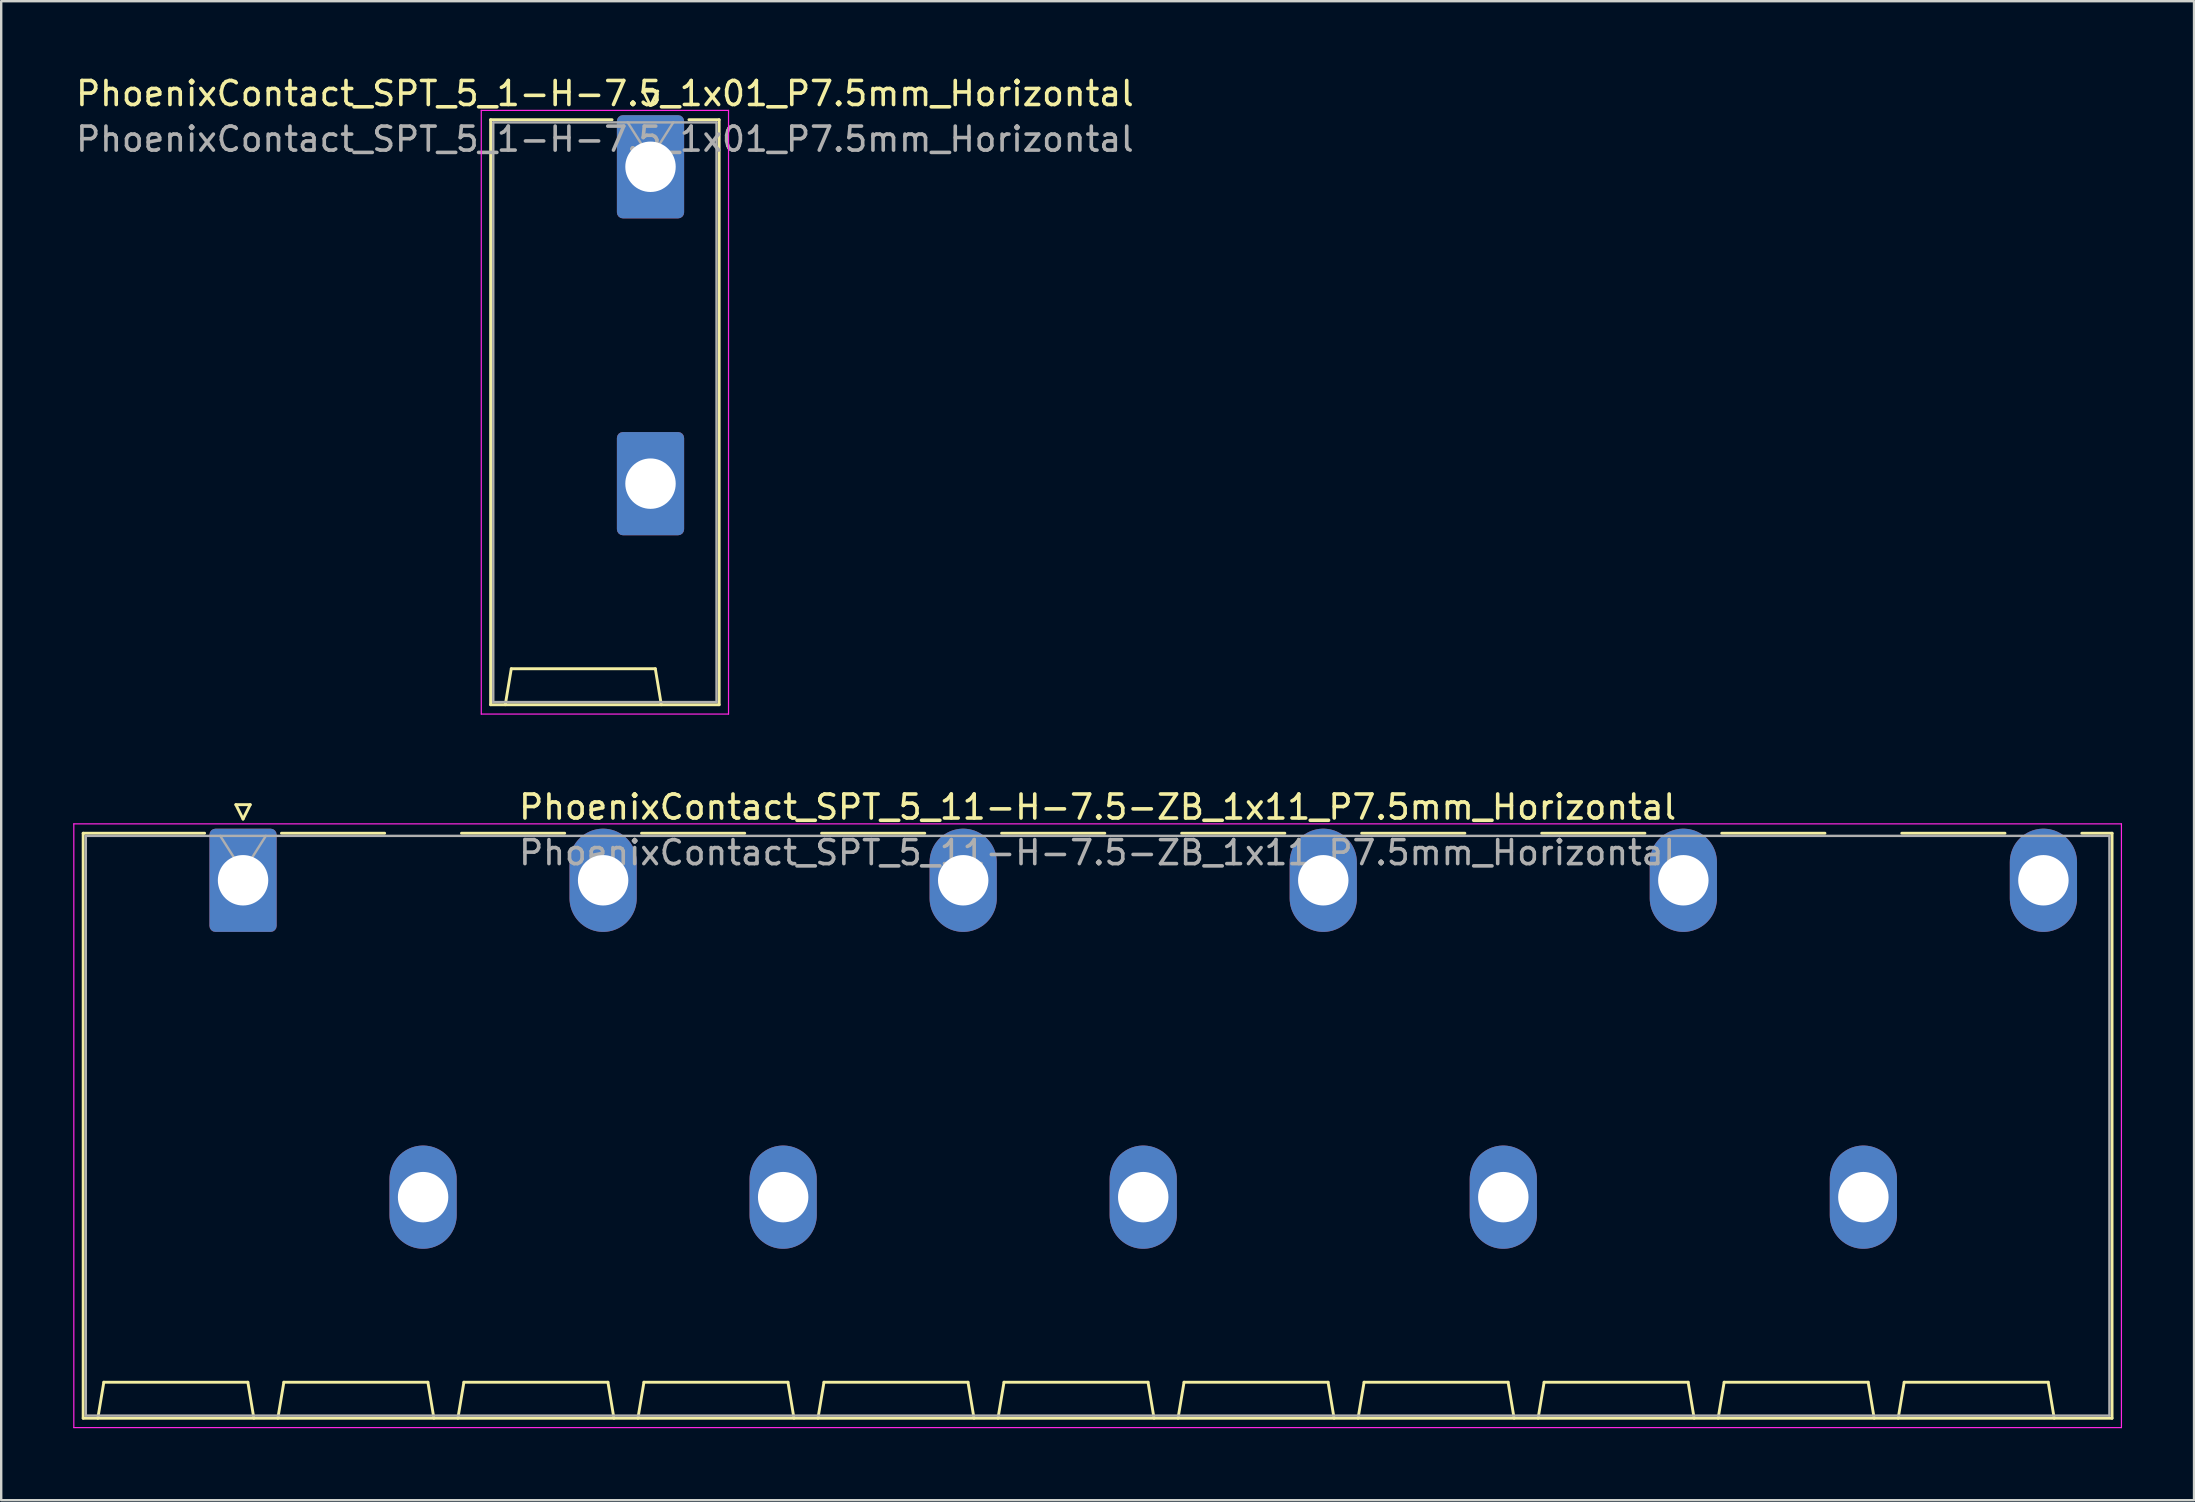
<source format=kicad_pcb>
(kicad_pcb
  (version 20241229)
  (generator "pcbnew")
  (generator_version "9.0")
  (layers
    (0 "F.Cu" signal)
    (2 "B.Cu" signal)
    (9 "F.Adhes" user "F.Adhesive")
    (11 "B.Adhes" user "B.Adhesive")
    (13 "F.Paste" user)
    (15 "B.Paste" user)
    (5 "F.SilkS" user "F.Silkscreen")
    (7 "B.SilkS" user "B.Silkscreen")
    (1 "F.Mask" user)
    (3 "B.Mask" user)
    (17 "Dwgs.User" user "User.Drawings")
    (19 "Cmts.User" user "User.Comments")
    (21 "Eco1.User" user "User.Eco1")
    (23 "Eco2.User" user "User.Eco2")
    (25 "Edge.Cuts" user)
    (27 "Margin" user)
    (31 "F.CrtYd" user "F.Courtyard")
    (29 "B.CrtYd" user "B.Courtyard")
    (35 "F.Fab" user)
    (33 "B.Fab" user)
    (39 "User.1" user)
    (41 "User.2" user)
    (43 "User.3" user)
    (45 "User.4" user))
  (footprint "PhoenixContact_SPT_5_11-H-7.5-ZB_1x11_P7.5mm_Horizontal"
    (layer "F.Cu")
    (at 7.075 33.621)
    (property "Reference" "PhoenixContact_SPT_5_11-H-7.5-ZB_1x11_P7.5mm_Horizontal" (at 35.6 -3.05 0) (layer "F.SilkS") (effects (font (size 1 1) (thickness 0.15))))
    (attr through_hole)
    (fp_line (start -6.66 -1.96) (end -1.6 -1.96) (stroke (width 0.12) (type solid)) (layer "F.SilkS"))
    (fp_line (start -6.66 22.41) (end -6.66 -1.96) (stroke (width 0.12) (type solid)) (layer "F.SilkS"))
    (fp_line (start -6.05 22.41) (end -5.8 20.91) (stroke (width 0.12) (type solid)) (layer "F.SilkS"))
    (fp_line (start -5.8 20.91) (end 0.2 20.91) (stroke (width 0.12) (type solid)) (layer "F.SilkS"))
    (fp_line (start -0.3 -3.15) (end 0 -2.55) (stroke (width 0.12) (type solid)) (layer "F.SilkS"))
    (fp_line (start -0.3 -3.15) (end 0.3 -3.15) (stroke (width 0.12) (type solid)) (layer "F.SilkS"))
    (fp_line (start 0.3 -3.15) (end 0 -2.55) (stroke (width 0.12) (type solid)) (layer "F.SilkS"))
    (fp_line (start 0.45 22.41) (end 0.2 20.91) (stroke (width 0.12) (type solid)) (layer "F.SilkS"))
    (fp_line (start 1.45 22.41) (end 1.7 20.91) (stroke (width 0.12) (type solid)) (layer "F.SilkS"))
    (fp_line (start 1.6 -1.96) (end 5.9 -1.96) (stroke (width 0.12) (type solid)) (layer "F.SilkS"))
    (fp_line (start 1.7 20.91) (end 7.7 20.91) (stroke (width 0.12) (type solid)) (layer "F.SilkS"))
    (fp_line (start 7.95 22.41) (end 7.7 20.91) (stroke (width 0.12) (type solid)) (layer "F.SilkS"))
    (fp_line (start 8.95 22.41) (end 9.2 20.91) (stroke (width 0.12) (type solid)) (layer "F.SilkS"))
    (fp_line (start 9.1 -1.96) (end 13.4 -1.96) (stroke (width 0.12) (type solid)) (layer "F.SilkS"))
    (fp_line (start 9.2 20.91) (end 15.2 20.91) (stroke (width 0.12) (type solid)) (layer "F.SilkS"))
    (fp_line (start 15.45 22.41) (end 15.2 20.91) (stroke (width 0.12) (type solid)) (layer "F.SilkS"))
    (fp_line (start 16.45 22.41) (end 16.7 20.91) (stroke (width 0.12) (type solid)) (layer "F.SilkS"))
    (fp_line (start 16.6 -1.96) (end 20.9 -1.96) (stroke (width 0.12) (type solid)) (layer "F.SilkS"))
    (fp_line (start 16.7 20.91) (end 22.7 20.91) (stroke (width 0.12) (type solid)) (layer "F.SilkS"))
    (fp_line (start 22.95 22.41) (end 22.7 20.91) (stroke (width 0.12) (type solid)) (layer "F.SilkS"))
    (fp_line (start 23.95 22.41) (end 24.2 20.91) (stroke (width 0.12) (type solid)) (layer "F.SilkS"))
    (fp_line (start 24.1 -1.96) (end 28.4 -1.96) (stroke (width 0.12) (type solid)) (layer "F.SilkS"))
    (fp_line (start 24.2 20.91) (end 30.2 20.91) (stroke (width 0.12) (type solid)) (layer "F.SilkS"))
    (fp_line (start 30.45 22.41) (end 30.2 20.91) (stroke (width 0.12) (type solid)) (layer "F.SilkS"))
    (fp_line (start 31.45 22.41) (end 31.7 20.91) (stroke (width 0.12) (type solid)) (layer "F.SilkS"))
    (fp_line (start 31.6 -1.96) (end 35.9 -1.96) (stroke (width 0.12) (type solid)) (layer "F.SilkS"))
    (fp_line (start 31.7 20.91) (end 37.7 20.91) (stroke (width 0.12) (type solid)) (layer "F.SilkS"))
    (fp_line (start 37.95 22.41) (end 37.7 20.91) (stroke (width 0.12) (type solid)) (layer "F.SilkS"))
    (fp_line (start 38.95 22.41) (end 39.2 20.91) (stroke (width 0.12) (type solid)) (layer "F.SilkS"))
    (fp_line (start 39.1 -1.96) (end 43.4 -1.96) (stroke (width 0.12) (type solid)) (layer "F.SilkS"))
    (fp_line (start 39.2 20.91) (end 45.2 20.91) (stroke (width 0.12) (type solid)) (layer "F.SilkS"))
    (fp_line (start 45.45 22.41) (end 45.2 20.91) (stroke (width 0.12) (type solid)) (layer "F.SilkS"))
    (fp_line (start 46.45 22.41) (end 46.7 20.91) (stroke (width 0.12) (type solid)) (layer "F.SilkS"))
    (fp_line (start 46.6 -1.96) (end 50.9 -1.96) (stroke (width 0.12) (type solid)) (layer "F.SilkS"))
    (fp_line (start 46.7 20.91) (end 52.7 20.91) (stroke (width 0.12) (type solid)) (layer "F.SilkS"))
    (fp_line (start 52.95 22.41) (end 52.7 20.91) (stroke (width 0.12) (type solid)) (layer "F.SilkS"))
    (fp_line (start 53.95 22.41) (end 54.2 20.91) (stroke (width 0.12) (type solid)) (layer "F.SilkS"))
    (fp_line (start 54.1 -1.96) (end 58.4 -1.96) (stroke (width 0.12) (type solid)) (layer "F.SilkS"))
    (fp_line (start 54.2 20.91) (end 60.2 20.91) (stroke (width 0.12) (type solid)) (layer "F.SilkS"))
    (fp_line (start 60.45 22.41) (end 60.2 20.91) (stroke (width 0.12) (type solid)) (layer "F.SilkS"))
    (fp_line (start 61.45 22.41) (end 61.7 20.91) (stroke (width 0.12) (type solid)) (layer "F.SilkS"))
    (fp_line (start 61.6 -1.96) (end 65.9 -1.96) (stroke (width 0.12) (type solid)) (layer "F.SilkS"))
    (fp_line (start 61.7 20.91) (end 67.7 20.91) (stroke (width 0.12) (type solid)) (layer "F.SilkS"))
    (fp_line (start 67.95 22.41) (end 67.7 20.91) (stroke (width 0.12) (type solid)) (layer "F.SilkS"))
    (fp_line (start 68.95 22.41) (end 69.2 20.91) (stroke (width 0.12) (type solid)) (layer "F.SilkS"))
    (fp_line (start 69.1 -1.96) (end 73.4 -1.96) (stroke (width 0.12) (type solid)) (layer "F.SilkS"))
    (fp_line (start 69.2 20.91) (end 75.2 20.91) (stroke (width 0.12) (type solid)) (layer "F.SilkS"))
    (fp_line (start 75.45 22.41) (end 75.2 20.91) (stroke (width 0.12) (type solid)) (layer "F.SilkS"))
    (fp_line (start 76.6 -1.96) (end 77.86 -1.96) (stroke (width 0.12) (type solid)) (layer "F.SilkS"))
    (fp_line (start 77.86 -1.96) (end 77.86 22.41) (stroke (width 0.12) (type solid)) (layer "F.SilkS"))
    (fp_line (start 77.86 22.41) (end -6.66 22.41) (stroke (width 0.12) (type solid)) (layer "F.SilkS"))
    (fp_line (start -7.05 -2.35) (end -7.05 22.8) (stroke (width 0.05) (type solid)) (layer "F.CrtYd"))
    (fp_line (start -7.05 22.8) (end 78.25 22.8) (stroke (width 0.05) (type solid)) (layer "F.CrtYd"))
    (fp_line (start 78.25 -2.35) (end -7.05 -2.35) (stroke (width 0.05) (type solid)) (layer "F.CrtYd"))
    (fp_line (start 78.25 22.8) (end 78.25 -2.35) (stroke (width 0.05) (type solid)) (layer "F.CrtYd"))
    (fp_line (start -6.55 -1.85) (end -6.55 22.3) (stroke (width 0.1) (type solid)) (layer "F.Fab"))
    (fp_line (start -6.55 22.3) (end 77.75 22.3) (stroke (width 0.1) (type solid)) (layer "F.Fab"))
    (fp_line (start -0.95 -1.85) (end 0 -0.35) (stroke (width 0.1) (type solid)) (layer "F.Fab"))
    (fp_line (start 0.95 -1.85) (end 0 -0.35) (stroke (width 0.1) (type solid)) (layer "F.Fab"))
    (fp_line (start 77.75 -1.85) (end -6.55 -1.85) (stroke (width 0.1) (type solid)) (layer "F.Fab"))
    (fp_line (start 77.75 22.3) (end 77.75 -1.85) (stroke (width 0.1) (type solid)) (layer "F.Fab"))
    (fp_text user "${REFERENCE}" (at 35.6 -1.15 0) (layer "F.Fab") (effects (font (size 1 1) (thickness 0.15))))
    (pad "1" thru_hole roundrect (at 0 0) (size 2.8 4.3) (drill 2.1) (layers "*.Cu" "*.Mask") (roundrect_rratio 0.089))
    (pad "2" thru_hole oval (at 7.5 13.2) (size 2.8 4.3) (drill 2.1) (layers "*.Cu" "*.Mask"))
    (pad "3" thru_hole oval (at 15 0) (size 2.8 4.3) (drill 2.1) (layers "*.Cu" "*.Mask"))
    (pad "4" thru_hole oval (at 22.5 13.2) (size 2.8 4.3) (drill 2.1) (layers "*.Cu" "*.Mask"))
    (pad "5" thru_hole oval (at 30 0) (size 2.8 4.3) (drill 2.1) (layers "*.Cu" "*.Mask"))
    (pad "6" thru_hole oval (at 37.5 13.2) (size 2.8 4.3) (drill 2.1) (layers "*.Cu" "*.Mask"))
    (pad "7" thru_hole oval (at 45 0) (size 2.8 4.3) (drill 2.1) (layers "*.Cu" "*.Mask"))
    (pad "8" thru_hole oval (at 52.5 13.2) (size 2.8 4.3) (drill 2.1) (layers "*.Cu" "*.Mask"))
    (pad "9" thru_hole oval (at 60 0) (size 2.8 4.3) (drill 2.1) (layers "*.Cu" "*.Mask"))
    (pad "10" thru_hole oval (at 67.5 13.2) (size 2.8 4.3) (drill 2.1) (layers "*.Cu" "*.Mask"))
    (pad "11" thru_hole oval (at 75 0) (size 2.8 4.3) (drill 2.1) (layers "*.Cu" "*.Mask")))
  (footprint "PhoenixContact_SPT_5_1-H-7.5_1x01_P7.5mm_Horizontal"
    (layer "F.Cu")
    (at 24.049 3.898)
    (property "Reference" "PhoenixContact_SPT_5_1-H-7.5_1x01_P7.5mm_Horizontal" (at -1.9 -3.05 0) (layer "F.SilkS") (effects (font (size 1 1) (thickness 0.15))))
    (attr through_hole)
    (fp_line (start -6.66 -1.96) (end -1.6 -1.96) (stroke (width 0.12) (type solid)) (layer "F.SilkS"))
    (fp_line (start -6.66 22.41) (end -6.66 -1.96) (stroke (width 0.12) (type solid)) (layer "F.SilkS"))
    (fp_line (start -6.05 22.41) (end -5.8 20.91) (stroke (width 0.12) (type solid)) (layer "F.SilkS"))
    (fp_line (start -5.8 20.91) (end 0.2 20.91) (stroke (width 0.12) (type solid)) (layer "F.SilkS"))
    (fp_line (start -0.3 -3.15) (end 0 -2.55) (stroke (width 0.12) (type solid)) (layer "F.SilkS"))
    (fp_line (start -0.3 -3.15) (end 0.3 -3.15) (stroke (width 0.12) (type solid)) (layer "F.SilkS"))
    (fp_line (start 0.3 -3.15) (end 0 -2.55) (stroke (width 0.12) (type solid)) (layer "F.SilkS"))
    (fp_line (start 0.45 22.41) (end 0.2 20.91) (stroke (width 0.12) (type solid)) (layer "F.SilkS"))
    (fp_line (start 1.6 -1.96) (end 2.86 -1.96) (stroke (width 0.12) (type solid)) (layer "F.SilkS"))
    (fp_line (start 2.86 -1.96) (end 2.86 22.41) (stroke (width 0.12) (type solid)) (layer "F.SilkS"))
    (fp_line (start 2.86 22.41) (end -6.66 22.41) (stroke (width 0.12) (type solid)) (layer "F.SilkS"))
    (fp_line (start -7.05 -2.35) (end -7.05 22.8) (stroke (width 0.05) (type solid)) (layer "F.CrtYd"))
    (fp_line (start -7.05 22.8) (end 3.25 22.8) (stroke (width 0.05) (type solid)) (layer "F.CrtYd"))
    (fp_line (start 3.25 -2.35) (end -7.05 -2.35) (stroke (width 0.05) (type solid)) (layer "F.CrtYd"))
    (fp_line (start 3.25 22.8) (end 3.25 -2.35) (stroke (width 0.05) (type solid)) (layer "F.CrtYd"))
    (fp_line (start -6.55 -1.85) (end -6.55 22.3) (stroke (width 0.1) (type solid)) (layer "F.Fab"))
    (fp_line (start -6.55 22.3) (end 2.75 22.3) (stroke (width 0.1) (type solid)) (layer "F.Fab"))
    (fp_line (start -0.95 -1.85) (end 0 -0.35) (stroke (width 0.1) (type solid)) (layer "F.Fab"))
    (fp_line (start 0.95 -1.85) (end 0 -0.35) (stroke (width 0.1) (type solid)) (layer "F.Fab"))
    (fp_line (start 2.75 -1.85) (end -6.55 -1.85) (stroke (width 0.1) (type solid)) (layer "F.Fab"))
    (fp_line (start 2.75 22.3) (end 2.75 -1.85) (stroke (width 0.1) (type solid)) (layer "F.Fab"))
    (fp_text user "${REFERENCE}" (at -1.9 -1.15 0) (layer "F.Fab") (effects (font (size 1 1) (thickness 0.15))))
    (pad "1" thru_hole roundrect (at 0 0) (size 2.8 4.3) (drill 2.1) (layers "*.Cu" "*.Mask") (roundrect_rratio 0.089))
    (pad "1" thru_hole roundrect (at 0 13.2) (size 2.8 4.3) (drill 2.1) (layers "*.Cu" "*.Mask") (roundrect_rratio 0.089)))
  (gr_rect
    (start -3 -3)
    (end 88.35 59.447)
    (stroke (width 0.1) (type default))
    (fill no)
    (layer "Edge.Cuts")))
</source>
